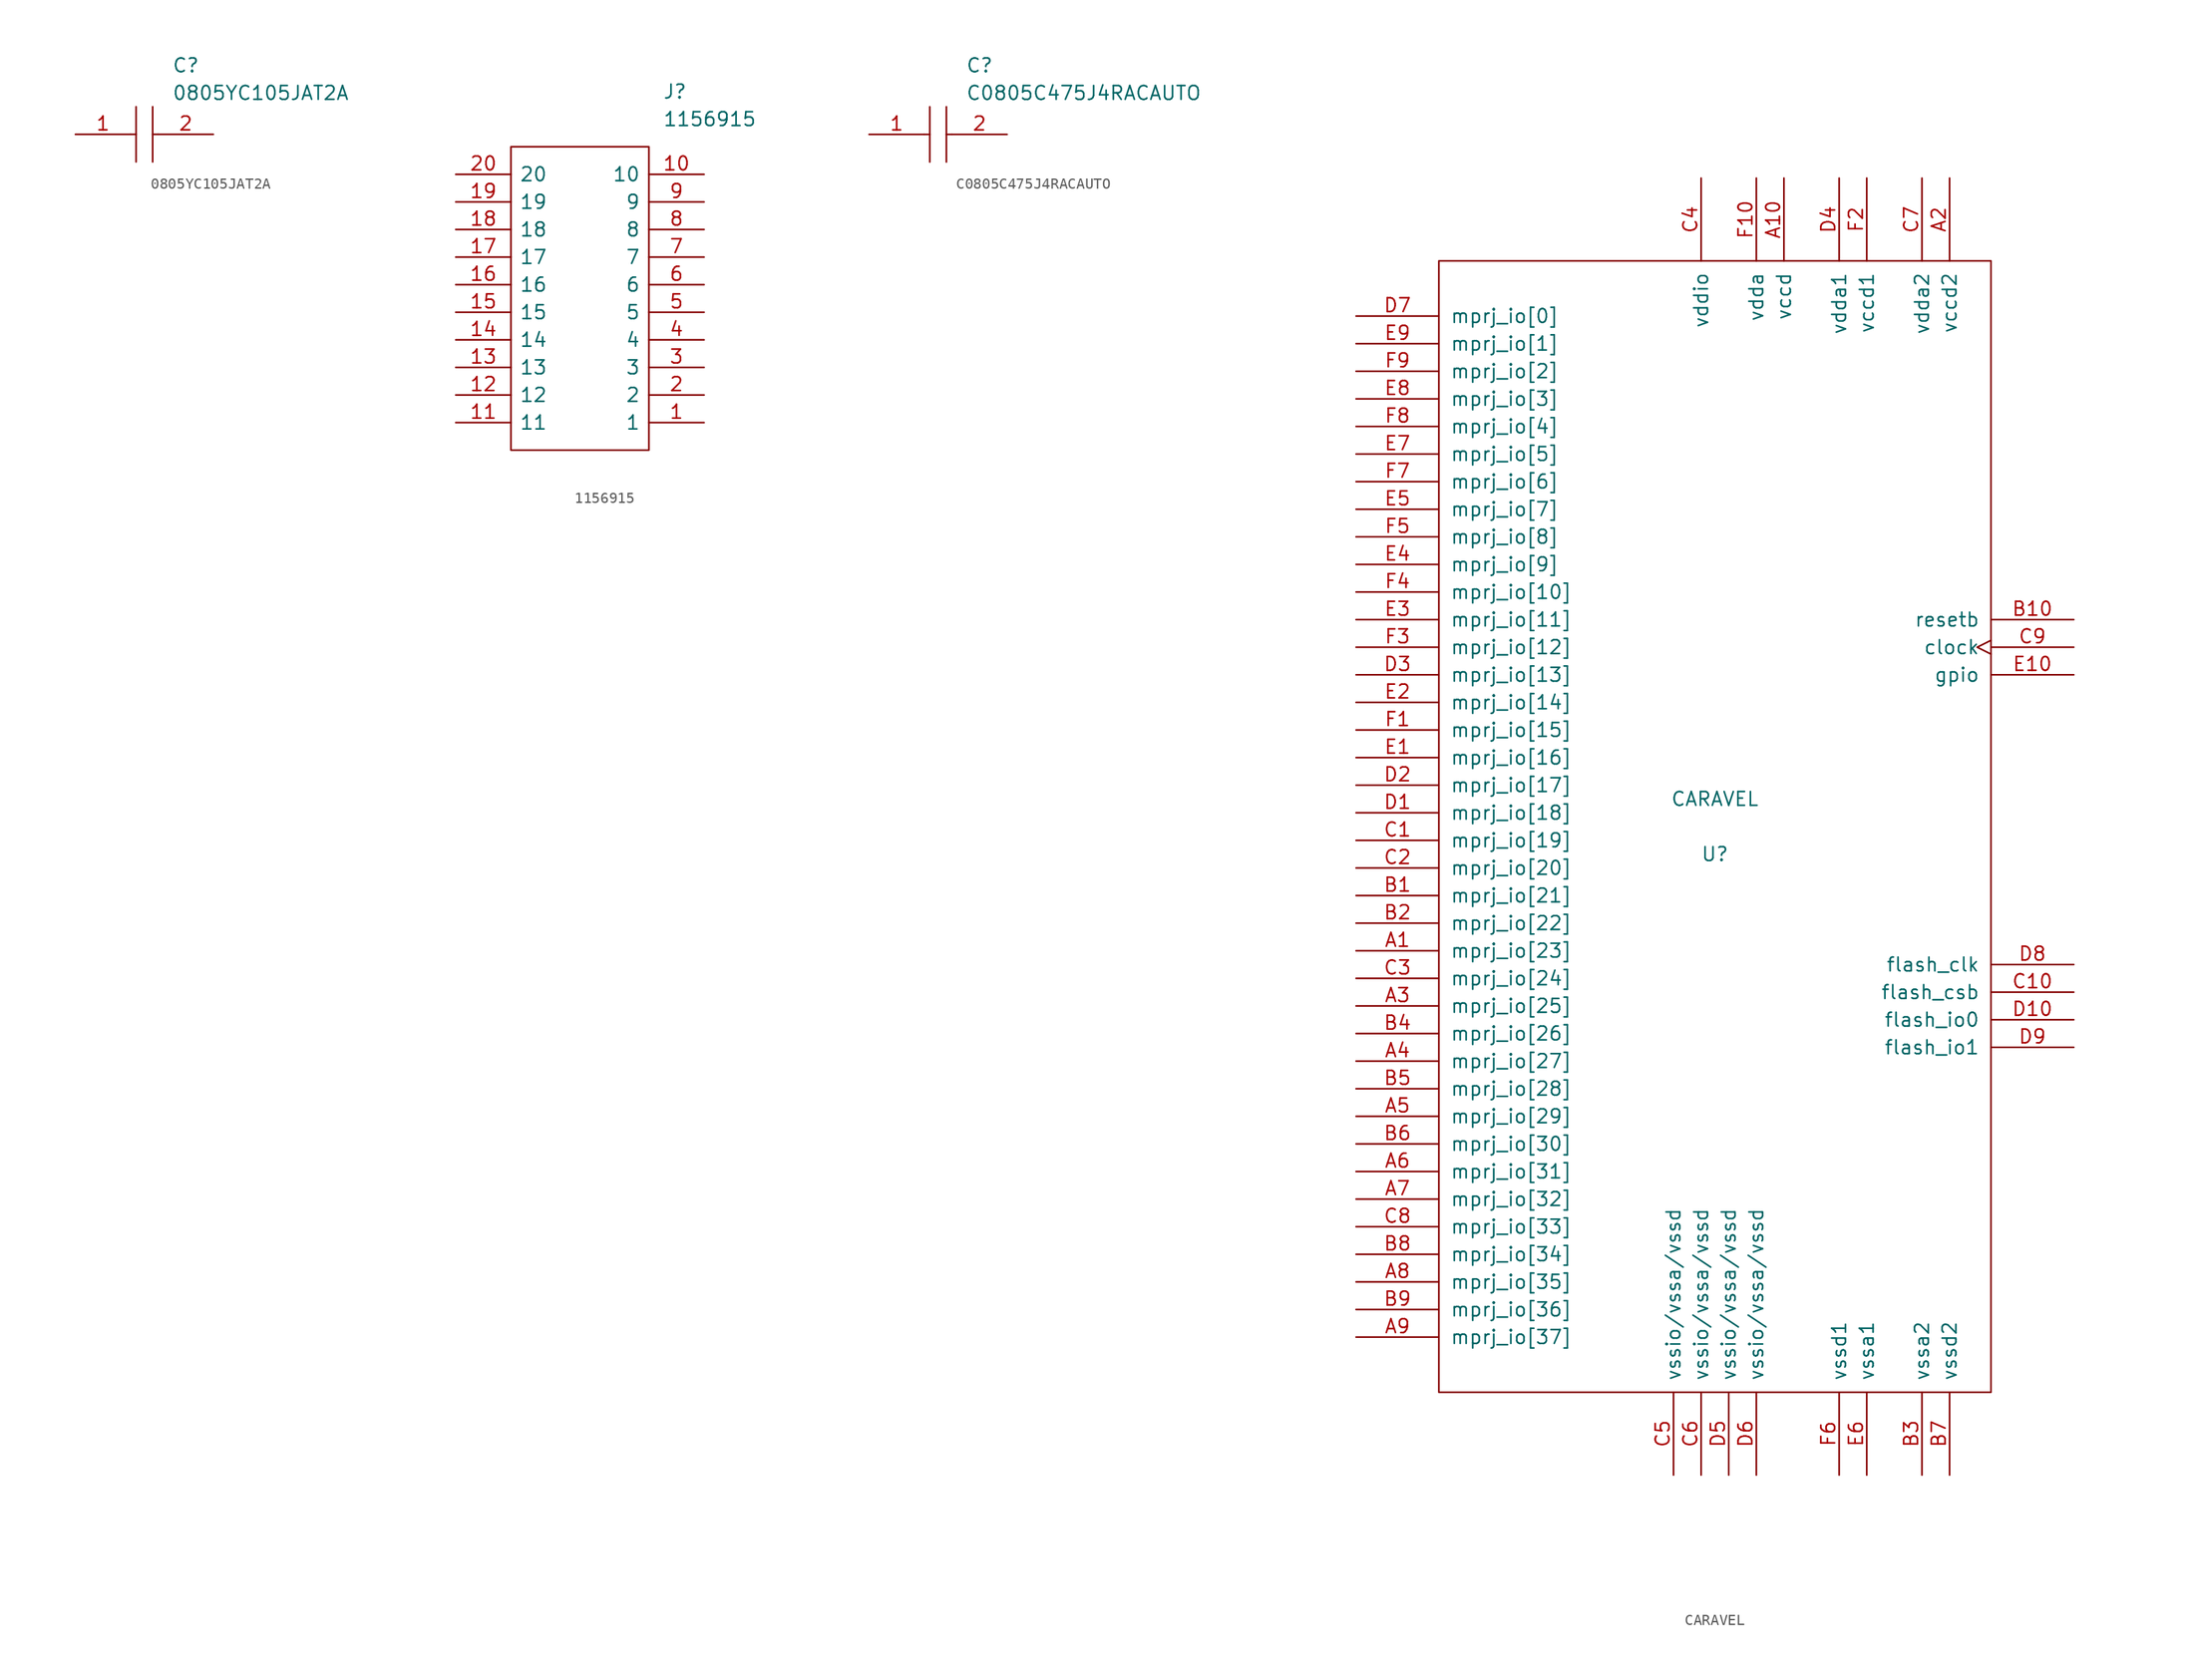
<source format=kicad_sym>
(kicad_symbol_lib
  (version 20211014)
  (generator kicad_symbol_editor)
  (symbol "0805YC105JAT2A"
    (pin_names
      (offset 0.762))
    (property "Reference" "C"
      (at 8.89 6.35 0)
      (effects (font (size 1.27 1.27)) (justify left)))
    (property "Value" "0805YC105JAT2A"
      (at 8.89 3.81 0)
      (effects (font (size 1.27 1.27)) (justify left)))
    (symbol "0805YC105JAT2A_0_0"
      (pin passive line (at 0 0 0) (length 5.08) (name "~" (effects (font (size 1.27 1.27)))) (number "1" (effects (font (size 1.27 1.27)))))
      (pin passive line (at 12.7 0 180) (length 5.08) (name "~" (effects (font (size 1.27 1.27)))) (number "2" (effects (font (size 1.27 1.27))))))
    (symbol "0805YC105JAT2A_0_1"
      (polyline (pts (xy 5.08 0) (xy 5.588 0)) (stroke (width 0.152) (type default) (color 0 0 0 0)) (fill (type none)))
      (polyline (pts (xy 5.588 2.54) (xy 5.588 -2.54)) (stroke (width 0.152) (type default) (color 0 0 0 0)) (fill (type none)))
      (polyline (pts (xy 7.112 0) (xy 7.62 0)) (stroke (width 0.152) (type default) (color 0 0 0 0)) (fill (type none)))
      (polyline (pts (xy 7.112 2.54) (xy 7.112 -2.54)) (stroke (width 0.152) (type default) (color 0 0 0 0)) (fill (type none)))))
  (symbol "1156915"
    (pin_names
      (offset 0.762))
    (property "Reference" "J"
      (at 19.05 7.62 0)
      (effects (font (size 1.27 1.27)) (justify left)))
    (property "Value" "1156915"
      (at 19.05 5.08 0)
      (effects (font (size 1.27 1.27)) (justify left)))
    (symbol "1156915_0_0"
      (pin passive line (at 22.86 -22.86 180) (length 5.08) (name "1" (effects (font (size 1.27 1.27)))) (number "1" (effects (font (size 1.27 1.27)))))
      (pin passive line (at 22.86 0 180) (length 5.08) (name "10" (effects (font (size 1.27 1.27)))) (number "10" (effects (font (size 1.27 1.27)))))
      (pin passive line (at 0 -22.86 0) (length 5.08) (name "11" (effects (font (size 1.27 1.27)))) (number "11" (effects (font (size 1.27 1.27)))))
      (pin passive line (at 0 -20.32 0) (length 5.08) (name "12" (effects (font (size 1.27 1.27)))) (number "12" (effects (font (size 1.27 1.27)))))
      (pin passive line (at 0 -17.78 0) (length 5.08) (name "13" (effects (font (size 1.27 1.27)))) (number "13" (effects (font (size 1.27 1.27)))))
      (pin passive line (at 0 -15.24 0) (length 5.08) (name "14" (effects (font (size 1.27 1.27)))) (number "14" (effects (font (size 1.27 1.27)))))
      (pin passive line (at 0 -12.7 0) (length 5.08) (name "15" (effects (font (size 1.27 1.27)))) (number "15" (effects (font (size 1.27 1.27)))))
      (pin passive line (at 0 -10.16 0) (length 5.08) (name "16" (effects (font (size 1.27 1.27)))) (number "16" (effects (font (size 1.27 1.27)))))
      (pin passive line (at 0 -7.62 0) (length 5.08) (name "17" (effects (font (size 1.27 1.27)))) (number "17" (effects (font (size 1.27 1.27)))))
      (pin passive line (at 0 -5.08 0) (length 5.08) (name "18" (effects (font (size 1.27 1.27)))) (number "18" (effects (font (size 1.27 1.27)))))
      (pin passive line (at 0 -2.54 0) (length 5.08) (name "19" (effects (font (size 1.27 1.27)))) (number "19" (effects (font (size 1.27 1.27)))))
      (pin passive line (at 22.86 -20.32 180) (length 5.08) (name "2" (effects (font (size 1.27 1.27)))) (number "2" (effects (font (size 1.27 1.27)))))
      (pin passive line (at 0 0 0) (length 5.08) (name "20" (effects (font (size 1.27 1.27)))) (number "20" (effects (font (size 1.27 1.27)))))
      (pin passive line (at 22.86 -17.78 180) (length 5.08) (name "3" (effects (font (size 1.27 1.27)))) (number "3" (effects (font (size 1.27 1.27)))))
      (pin passive line (at 22.86 -15.24 180) (length 5.08) (name "4" (effects (font (size 1.27 1.27)))) (number "4" (effects (font (size 1.27 1.27)))))
      (pin passive line (at 22.86 -12.7 180) (length 5.08) (name "5" (effects (font (size 1.27 1.27)))) (number "5" (effects (font (size 1.27 1.27)))))
      (pin passive line (at 22.86 -10.16 180) (length 5.08) (name "6" (effects (font (size 1.27 1.27)))) (number "6" (effects (font (size 1.27 1.27)))))
      (pin passive line (at 22.86 -7.62 180) (length 5.08) (name "7" (effects (font (size 1.27 1.27)))) (number "7" (effects (font (size 1.27 1.27)))))
      (pin passive line (at 22.86 -5.08 180) (length 5.08) (name "8" (effects (font (size 1.27 1.27)))) (number "8" (effects (font (size 1.27 1.27)))))
      (pin passive line (at 22.86 -2.54 180) (length 5.08) (name "9" (effects (font (size 1.27 1.27)))) (number "9" (effects (font (size 1.27 1.27))))))
    (symbol "1156915_0_1"
      (polyline (pts (xy 5.08 2.54) (xy 17.78 2.54) (xy 17.78 -25.4) (xy 5.08 -25.4) (xy 5.08 2.54)) (stroke (width 0.152) (type default) (color 0 0 0 0)) (fill (type none)))))
  (symbol "C0805C475J4RACAUTO"
    (pin_names
      (offset 0.762))
    (property "Reference" "C"
      (at 8.89 6.35 0)
      (effects (font (size 1.27 1.27)) (justify left)))
    (property "Value" "C0805C475J4RACAUTO"
      (at 8.89 3.81 0)
      (effects (font (size 1.27 1.27)) (justify left)))
    (symbol "C0805C475J4RACAUTO_0_0"
      (pin passive line (at 0 0 0) (length 5.08) (name "~" (effects (font (size 1.27 1.27)))) (number "1" (effects (font (size 1.27 1.27)))))
      (pin passive line (at 12.7 0 180) (length 5.08) (name "~" (effects (font (size 1.27 1.27)))) (number "2" (effects (font (size 1.27 1.27))))))
    (symbol "C0805C475J4RACAUTO_0_1"
      (polyline (pts (xy 5.08 0) (xy 5.588 0)) (stroke (width 0.152) (type default) (color 0 0 0 0)) (fill (type none)))
      (polyline (pts (xy 5.588 2.54) (xy 5.588 -2.54)) (stroke (width 0.152) (type default) (color 0 0 0 0)) (fill (type none)))
      (polyline (pts (xy 7.112 0) (xy 7.62 0)) (stroke (width 0.152) (type default) (color 0 0 0 0)) (fill (type none)))
      (polyline (pts (xy 7.112 2.54) (xy 7.112 -2.54)) (stroke (width 0.152) (type default) (color 0 0 0 0)) (fill (type none)))))
  (symbol "CARAVEL"
    (pin_names
      (offset 1.016))
    (property "Reference" "U"
      (at 0 -2.54 0)
      (effects (font (size 1.27 1.27))))
    (property "Value" "CARAVEL"
      (at 0 2.54 0)
      (effects (font (size 1.27 1.27))))
    (symbol "CARAVEL_1_0"
      (rectangle (start -25.4 -52.07) (end 25.4 52.07) (stroke (width 0) (type default) (color 0 0 0 0)) (fill (type none))))
    (symbol "CARAVEL_1_1"
      (pin bidirectional line (at -33.02 -11.43 0) (length 7.62) (name "mprj_io[23]" (effects (font (size 1.27 1.27)))) (number "A1" (effects (font (size 1.27 1.27)))))
      (pin power_in line (at 6.35 59.69 270) (length 7.62) (name "vccd" (effects (font (size 1.27 1.27)))) (number "A10" (effects (font (size 1.27 1.27)))))
      (pin power_in line (at 21.59 59.69 270) (length 7.62) (name "vccd2" (effects (font (size 1.27 1.27)))) (number "A2" (effects (font (size 1.27 1.27)))))
      (pin bidirectional line (at -33.02 -16.51 0) (length 7.62) (name "mprj_io[25]" (effects (font (size 1.27 1.27)))) (number "A3" (effects (font (size 1.27 1.27)))))
      (pin bidirectional line (at -33.02 -21.59 0) (length 7.62) (name "mprj_io[27]" (effects (font (size 1.27 1.27)))) (number "A4" (effects (font (size 1.27 1.27)))))
      (pin bidirectional line (at -33.02 -26.67 0) (length 7.62) (name "mprj_io[29]" (effects (font (size 1.27 1.27)))) (number "A5" (effects (font (size 1.27 1.27)))))
      (pin bidirectional line (at -33.02 -31.75 0) (length 7.62) (name "mprj_io[31]" (effects (font (size 1.27 1.27)))) (number "A6" (effects (font (size 1.27 1.27)))))
      (pin bidirectional line (at -33.02 -34.29 0) (length 7.62) (name "mprj_io[32]" (effects (font (size 1.27 1.27)))) (number "A7" (effects (font (size 1.27 1.27)))))
      (pin bidirectional line (at -33.02 -41.91 0) (length 7.62) (name "mprj_io[35]" (effects (font (size 1.27 1.27)))) (number "A8" (effects (font (size 1.27 1.27)))))
      (pin bidirectional line (at -33.02 -46.99 0) (length 7.62) (name "mprj_io[37]" (effects (font (size 1.27 1.27)))) (number "A9" (effects (font (size 1.27 1.27)))))
      (pin bidirectional line (at -33.02 -6.35 0) (length 7.62) (name "mprj_io[21]" (effects (font (size 1.27 1.27)))) (number "B1" (effects (font (size 1.27 1.27)))))
      (pin input line (at 33.02 19.05 180) (length 7.62) (name "resetb" (effects (font (size 1.27 1.27)))) (number "B10" (effects (font (size 1.27 1.27)))))
      (pin bidirectional line (at -33.02 -8.89 0) (length 7.62) (name "mprj_io[22]" (effects (font (size 1.27 1.27)))) (number "B2" (effects (font (size 1.27 1.27)))))
      (pin power_in line (at 19.05 -59.69 90) (length 7.62) (name "vssa2" (effects (font (size 1.27 1.27)))) (number "B3" (effects (font (size 1.27 1.27)))))
      (pin bidirectional line (at -33.02 -19.05 0) (length 7.62) (name "mprj_io[26]" (effects (font (size 1.27 1.27)))) (number "B4" (effects (font (size 1.27 1.27)))))
      (pin bidirectional line (at -33.02 -24.13 0) (length 7.62) (name "mprj_io[28]" (effects (font (size 1.27 1.27)))) (number "B5" (effects (font (size 1.27 1.27)))))
      (pin bidirectional line (at -33.02 -29.21 0) (length 7.62) (name "mprj_io[30]" (effects (font (size 1.27 1.27)))) (number "B6" (effects (font (size 1.27 1.27)))))
      (pin power_in line (at 21.59 -59.69 90) (length 7.62) (name "vssd2" (effects (font (size 1.27 1.27)))) (number "B7" (effects (font (size 1.27 1.27)))))
      (pin bidirectional line (at -33.02 -39.37 0) (length 7.62) (name "mprj_io[34]" (effects (font (size 1.27 1.27)))) (number "B8" (effects (font (size 1.27 1.27)))))
      (pin bidirectional line (at -33.02 -44.45 0) (length 7.62) (name "mprj_io[36]" (effects (font (size 1.27 1.27)))) (number "B9" (effects (font (size 1.27 1.27)))))
      (pin bidirectional line (at -33.02 -1.27 0) (length 7.62) (name "mprj_io[19]" (effects (font (size 1.27 1.27)))) (number "C1" (effects (font (size 1.27 1.27)))))
      (pin output line (at 33.02 -15.24 180) (length 7.62) (name "flash_csb" (effects (font (size 1.27 1.27)))) (number "C10" (effects (font (size 1.27 1.27)))))
      (pin bidirectional line (at -33.02 -3.81 0) (length 7.62) (name "mprj_io[20]" (effects (font (size 1.27 1.27)))) (number "C2" (effects (font (size 1.27 1.27)))))
      (pin bidirectional line (at -33.02 -13.97 0) (length 7.62) (name "mprj_io[24]" (effects (font (size 1.27 1.27)))) (number "C3" (effects (font (size 1.27 1.27)))))
      (pin power_in line (at -1.27 59.69 270) (length 7.62) (name "vddio" (effects (font (size 1.27 1.27)))) (number "C4" (effects (font (size 1.27 1.27)))))
      (pin power_in line (at -3.81 -59.69 90) (length 7.62) (name "vssio/vssa/vssd" (effects (font (size 1.27 1.27)))) (number "C5" (effects (font (size 1.27 1.27)))))
      (pin power_in line (at -1.27 -59.69 90) (length 7.62) (name "vssio/vssa/vssd" (effects (font (size 1.27 1.27)))) (number "C6" (effects (font (size 1.27 1.27)))))
      (pin power_in line (at 19.05 59.69 270) (length 7.62) (name "vdda2" (effects (font (size 1.27 1.27)))) (number "C7" (effects (font (size 1.27 1.27)))))
      (pin bidirectional line (at -33.02 -36.83 0) (length 7.62) (name "mprj_io[33]" (effects (font (size 1.27 1.27)))) (number "C8" (effects (font (size 1.27 1.27)))))
      (pin input clock (at 33.02 16.51 180) (length 7.62) (name "clock" (effects (font (size 1.27 1.27)))) (number "C9" (effects (font (size 1.27 1.27)))))
      (pin bidirectional line (at -33.02 1.27 0) (length 7.62) (name "mprj_io[18]" (effects (font (size 1.27 1.27)))) (number "D1" (effects (font (size 1.27 1.27)))))
      (pin bidirectional line (at 33.02 -17.78 180) (length 7.62) (name "flash_io0" (effects (font (size 1.27 1.27)))) (number "D10" (effects (font (size 1.27 1.27)))))
      (pin bidirectional line (at -33.02 3.81 0) (length 7.62) (name "mprj_io[17]" (effects (font (size 1.27 1.27)))) (number "D2" (effects (font (size 1.27 1.27)))))
      (pin bidirectional line (at -33.02 13.97 0) (length 7.62) (name "mprj_io[13]" (effects (font (size 1.27 1.27)))) (number "D3" (effects (font (size 1.27 1.27)))))
      (pin power_in line (at 11.43 59.69 270) (length 7.62) (name "vdda1" (effects (font (size 1.27 1.27)))) (number "D4" (effects (font (size 1.27 1.27)))))
      (pin power_in line (at 1.27 -59.69 90) (length 7.62) (name "vssio/vssa/vssd" (effects (font (size 1.27 1.27)))) (number "D5" (effects (font (size 1.27 1.27)))))
      (pin power_in line (at 3.81 -59.69 90) (length 7.62) (name "vssio/vssa/vssd" (effects (font (size 1.27 1.27)))) (number "D6" (effects (font (size 1.27 1.27)))))
      (pin bidirectional line (at -33.02 46.99 0) (length 7.62) (name "mprj_io[0]" (effects (font (size 1.27 1.27)))) (number "D7" (effects (font (size 1.27 1.27)))))
      (pin output line (at 33.02 -12.7 180) (length 7.62) (name "flash_clk" (effects (font (size 1.27 1.27)))) (number "D8" (effects (font (size 1.27 1.27)))))
      (pin bidirectional line (at 33.02 -20.32 180) (length 7.62) (name "flash_io1" (effects (font (size 1.27 1.27)))) (number "D9" (effects (font (size 1.27 1.27)))))
      (pin bidirectional line (at -33.02 6.35 0) (length 7.62) (name "mprj_io[16]" (effects (font (size 1.27 1.27)))) (number "E1" (effects (font (size 1.27 1.27)))))
      (pin output line (at 33.02 13.97 180) (length 7.62) (name "gpio" (effects (font (size 1.27 1.27)))) (number "E10" (effects (font (size 1.27 1.27)))))
      (pin bidirectional line (at -33.02 11.43 0) (length 7.62) (name "mprj_io[14]" (effects (font (size 1.27 1.27)))) (number "E2" (effects (font (size 1.27 1.27)))))
      (pin bidirectional line (at -33.02 19.05 0) (length 7.62) (name "mprj_io[11]" (effects (font (size 1.27 1.27)))) (number "E3" (effects (font (size 1.27 1.27)))))
      (pin bidirectional line (at -33.02 24.13 0) (length 7.62) (name "mprj_io[9]" (effects (font (size 1.27 1.27)))) (number "E4" (effects (font (size 1.27 1.27)))))
      (pin bidirectional line (at -33.02 29.21 0) (length 7.62) (name "mprj_io[7]" (effects (font (size 1.27 1.27)))) (number "E5" (effects (font (size 1.27 1.27)))))
      (pin power_in line (at 13.97 -59.69 90) (length 7.62) (name "vssa1" (effects (font (size 1.27 1.27)))) (number "E6" (effects (font (size 1.27 1.27)))))
      (pin bidirectional line (at -33.02 34.29 0) (length 7.62) (name "mprj_io[5]" (effects (font (size 1.27 1.27)))) (number "E7" (effects (font (size 1.27 1.27)))))
      (pin bidirectional line (at -33.02 39.37 0) (length 7.62) (name "mprj_io[3]" (effects (font (size 1.27 1.27)))) (number "E8" (effects (font (size 1.27 1.27)))))
      (pin bidirectional line (at -33.02 44.45 0) (length 7.62) (name "mprj_io[1]" (effects (font (size 1.27 1.27)))) (number "E9" (effects (font (size 1.27 1.27)))))
      (pin bidirectional line (at -33.02 8.89 0) (length 7.62) (name "mprj_io[15]" (effects (font (size 1.27 1.27)))) (number "F1" (effects (font (size 1.27 1.27)))))
      (pin power_in line (at 3.81 59.69 270) (length 7.62) (name "vdda" (effects (font (size 1.27 1.27)))) (number "F10" (effects (font (size 1.27 1.27)))))
      (pin power_in line (at 13.97 59.69 270) (length 7.62) (name "vccd1" (effects (font (size 1.27 1.27)))) (number "F2" (effects (font (size 1.27 1.27)))))
      (pin bidirectional line (at -33.02 16.51 0) (length 7.62) (name "mprj_io[12]" (effects (font (size 1.27 1.27)))) (number "F3" (effects (font (size 1.27 1.27)))))
      (pin bidirectional line (at -33.02 21.59 0) (length 7.62) (name "mprj_io[10]" (effects (font (size 1.27 1.27)))) (number "F4" (effects (font (size 1.27 1.27)))))
      (pin bidirectional line (at -33.02 26.67 0) (length 7.62) (name "mprj_io[8]" (effects (font (size 1.27 1.27)))) (number "F5" (effects (font (size 1.27 1.27)))))
      (pin power_in line (at 11.43 -59.69 90) (length 7.62) (name "vssd1" (effects (font (size 1.27 1.27)))) (number "F6" (effects (font (size 1.27 1.27)))))
      (pin bidirectional line (at -33.02 31.75 0) (length 7.62) (name "mprj_io[6]" (effects (font (size 1.27 1.27)))) (number "F7" (effects (font (size 1.27 1.27)))))
      (pin bidirectional line (at -33.02 36.83 0) (length 7.62) (name "mprj_io[4]" (effects (font (size 1.27 1.27)))) (number "F8" (effects (font (size 1.27 1.27)))))
      (pin bidirectional line (at -33.02 41.91 0) (length 7.62) (name "mprj_io[2]" (effects (font (size 1.27 1.27)))) (number "F9" (effects (font (size 1.27 1.27))))))))
</source>
